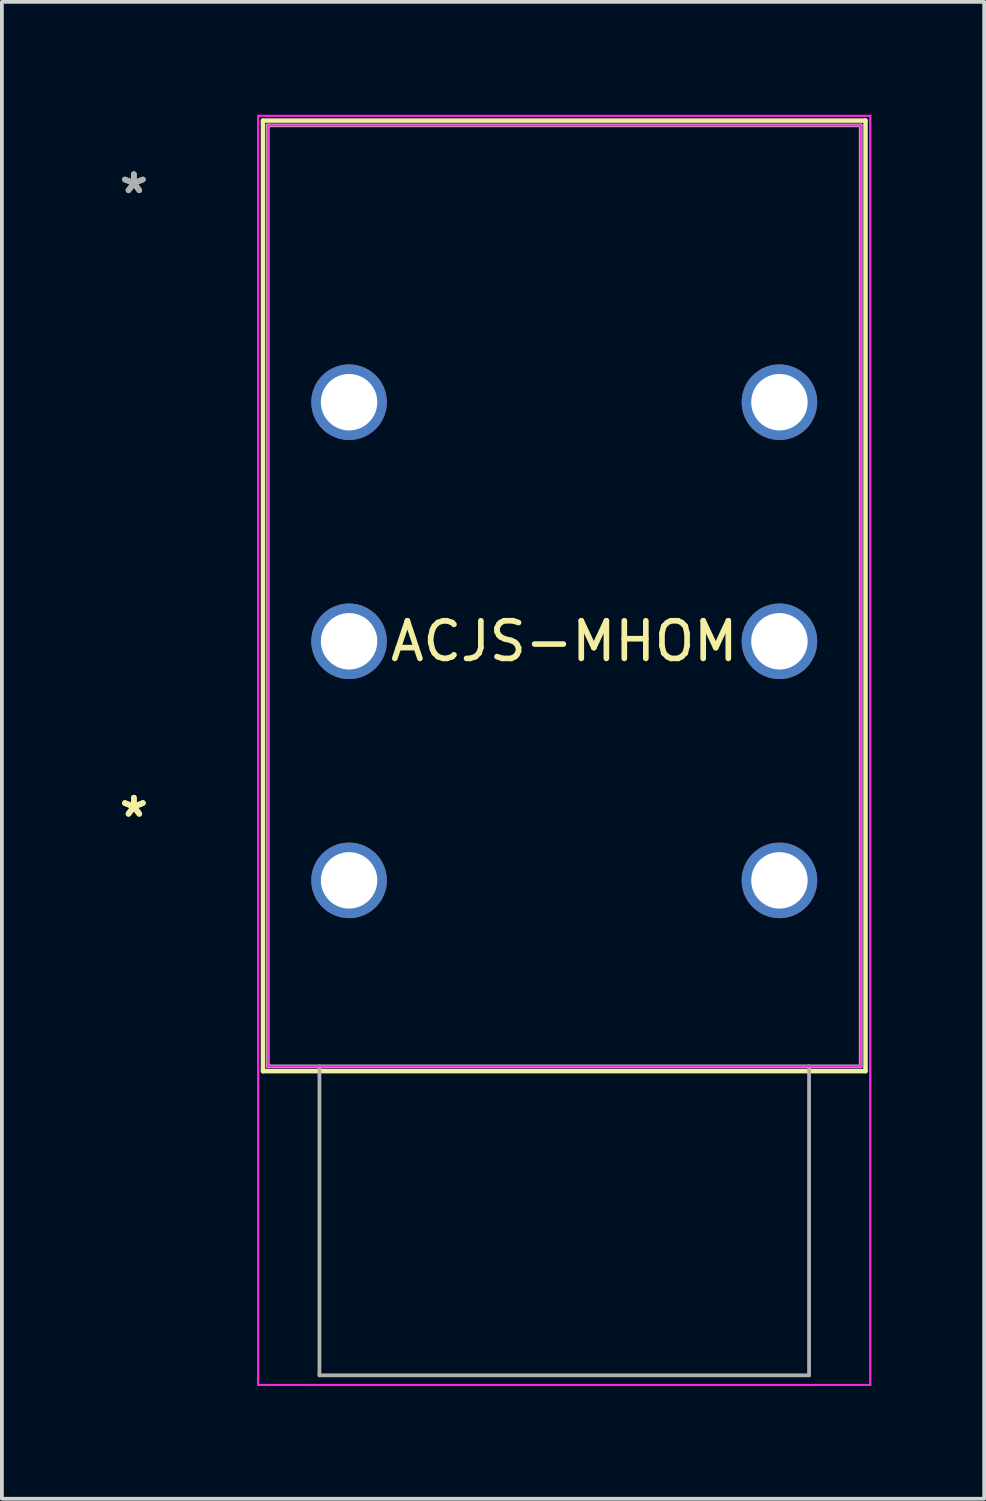
<source format=kicad_pcb>
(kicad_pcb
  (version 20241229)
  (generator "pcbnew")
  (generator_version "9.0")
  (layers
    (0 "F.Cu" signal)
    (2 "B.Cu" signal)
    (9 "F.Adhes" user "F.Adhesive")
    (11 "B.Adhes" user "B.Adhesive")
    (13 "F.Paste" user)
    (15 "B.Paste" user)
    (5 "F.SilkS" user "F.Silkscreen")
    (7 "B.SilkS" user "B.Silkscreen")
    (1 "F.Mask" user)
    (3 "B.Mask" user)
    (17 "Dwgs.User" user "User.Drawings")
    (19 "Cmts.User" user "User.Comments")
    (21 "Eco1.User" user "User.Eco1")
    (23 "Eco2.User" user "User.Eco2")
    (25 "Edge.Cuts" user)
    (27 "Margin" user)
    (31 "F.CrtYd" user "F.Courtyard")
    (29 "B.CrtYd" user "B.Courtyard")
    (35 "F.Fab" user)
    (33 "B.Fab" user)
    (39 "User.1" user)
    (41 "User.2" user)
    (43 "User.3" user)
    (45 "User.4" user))
  (footprint "ACJS-MHOM"
    (layer "F.Cu")
    (at 6.221 20.332)
    (property "Reference" "ACJS-MHOM" (at 5.715 -6.35 0) (layer "F.SilkS") (effects (font (size 1 1) (thickness 0.15))))
    (attr through_hole)
    (fp_line (start -2.286 -20.18) (end -2.286 5.067) (stroke (width 0.12) (type solid)) (layer "F.SilkS"))
    (fp_line (start -2.286 5.067) (end 13.716 5.067) (stroke (width 0.12) (type solid)) (layer "F.SilkS"))
    (fp_line (start 13.716 -20.18) (end -2.286 -20.18) (stroke (width 0.12) (type solid)) (layer "F.SilkS"))
    (fp_line (start 13.716 5.067) (end 13.716 -20.18) (stroke (width 0.12) (type solid)) (layer "F.SilkS"))
    (fp_line (start -2.413 -20.307) (end -2.413 13.399) (stroke (width 0.05) (type solid)) (layer "F.CrtYd"))
    (fp_line (start -2.413 -20.307) (end -2.413 13.399) (stroke (width 0.05) (type solid)) (layer "F.CrtYd"))
    (fp_line (start -2.413 13.399) (end 13.843 13.399) (stroke (width 0.05) (type solid)) (layer "F.CrtYd"))
    (fp_line (start -2.413 13.399) (end 13.843 13.399) (stroke (width 0.05) (type solid)) (layer "F.CrtYd"))
    (fp_line (start -2.159 -20.053) (end -2.159 4.94) (stroke (width 0.05) (type solid)) (layer "F.CrtYd"))
    (fp_line (start -2.159 4.94) (end 13.589 4.94) (stroke (width 0.05) (type solid)) (layer "F.CrtYd"))
    (fp_line (start 13.589 -20.053) (end -2.159 -20.053) (stroke (width 0.05) (type solid)) (layer "F.CrtYd"))
    (fp_line (start 13.589 4.94) (end 13.589 -20.053) (stroke (width 0.05) (type solid)) (layer "F.CrtYd"))
    (fp_line (start 13.843 -20.307) (end -2.413 -20.307) (stroke (width 0.05) (type solid)) (layer "F.CrtYd"))
    (fp_line (start 13.843 -20.307) (end -2.413 -20.307) (stroke (width 0.05) (type solid)) (layer "F.CrtYd"))
    (fp_line (start 13.843 13.399) (end 13.843 -20.307) (stroke (width 0.05) (type solid)) (layer "F.CrtYd"))
    (fp_line (start 13.843 13.399) (end 13.843 -20.307) (stroke (width 0.05) (type solid)) (layer "F.CrtYd"))
    (fp_line (start -2.159 -20.053) (end -2.159 4.94) (stroke (width 0.1) (type solid)) (layer "F.Fab"))
    (fp_line (start -2.159 4.94) (end 13.589 4.94) (stroke (width 0.1) (type solid)) (layer "F.Fab"))
    (fp_line (start -0.787 4.94) (end -0.787 13.145) (stroke (width 0.1) (type solid)) (layer "F.Fab"))
    (fp_line (start -0.787 13.145) (end 12.217 13.145) (stroke (width 0.1) (type solid)) (layer "F.Fab"))
    (fp_line (start 12.217 4.94) (end 12.217 13.145) (stroke (width 0.1) (type solid)) (layer "F.Fab"))
    (fp_line (start 13.589 -20.053) (end -2.159 -20.053) (stroke (width 0.1) (type solid)) (layer "F.Fab"))
    (fp_line (start 13.589 4.94) (end 13.589 -20.053) (stroke (width 0.1) (type solid)) (layer "F.Fab"))
    (fp_text user "*" (at -5.715 -1.651 0) (layer "F.SilkS") (effects (font (size 1 1) (thickness 0.15))))
    (fp_text user "*" (at -5.715 -1.651 0) (layer "F.SilkS") (effects (font (size 1 1) (thickness 0.15))))
    (fp_text user "*" (at -5.715 -18.212 0) (layer "F.Fab") (effects (font (size 1 1) (thickness 0.15))))
    (fp_text user "*" (at -5.715 -18.212 0) (layer "F.Fab") (effects (font (size 1 1) (thickness 0.15))))
    (pad "1" thru_hole circle (at 0 0) (size 2.007 2.007) (drill 1.499) (layers "*.Cu" "*.Mask"))
    (pad "2" thru_hole circle (at 11.43 0) (size 2.007 2.007) (drill 1.499) (layers "*.Cu" "*.Mask"))
    (pad "3" thru_hole circle (at 0 -6.35) (size 2.007 2.007) (drill 1.499) (layers "*.Cu" "*.Mask"))
    (pad "4" thru_hole circle (at 11.43 -6.35) (size 2.007 2.007) (drill 1.499) (layers "*.Cu" "*.Mask"))
    (pad "5" thru_hole circle (at 0 -12.7) (size 2.007 2.007) (drill 1.499) (layers "*.Cu" "*.Mask"))
    (pad "6" thru_hole circle (at 11.43 -12.7) (size 2.007 2.007) (drill 1.499) (layers "*.Cu" "*.Mask")))
  (gr_rect
    (start -3 -3)
    (end 23.089 36.756)
    (stroke (width 0.1) (type default))
    (fill no)
    (layer "Edge.Cuts")))
</source>
